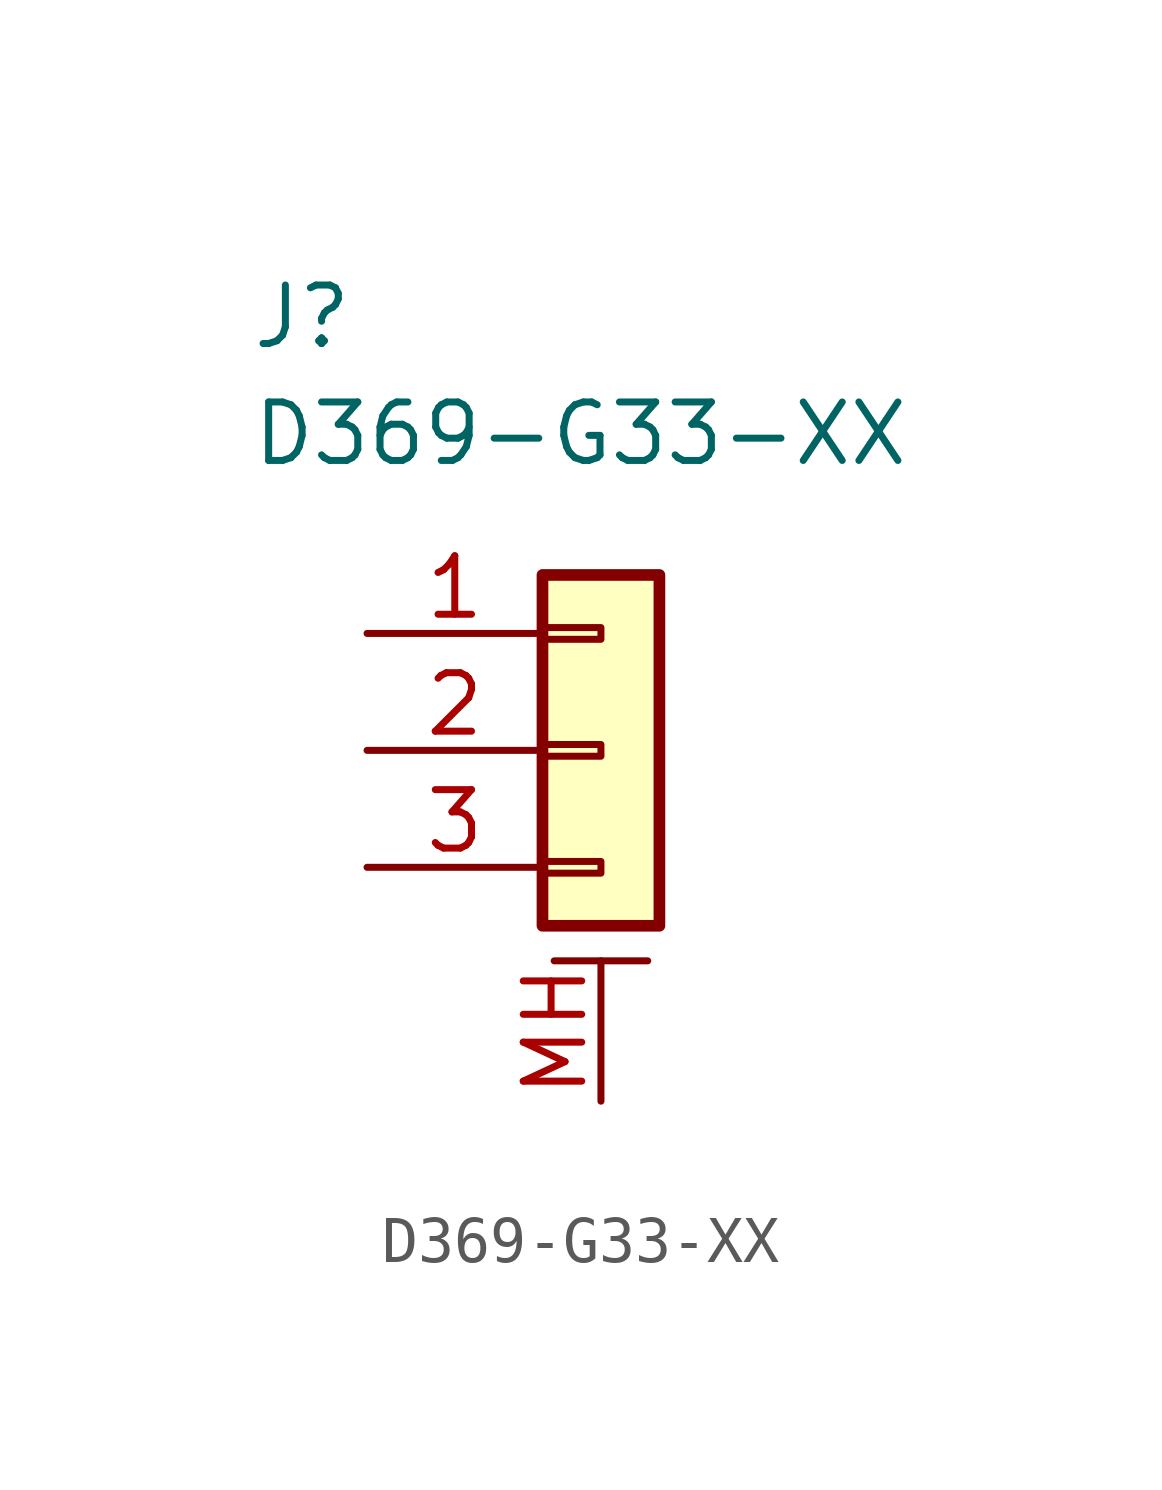
<source format=kicad_sym>
(kicad_symbol_lib
  (version 20220914)
  (generator kicad_symbol_editor)
  (symbol "D369-G33-XX"
    (pin_names hide)
    (property "Reference" "J"
      (at -7.62 10.16 0)
      (effects (font (size 1.27 1.27)) (justify left top)))
    (property "Value" "D369-G33-XX"
      (at -7.62 7.62 0)
      (effects (font (size 1.27 1.27)) (justify left top)))
    (symbol "D369-G33-XX_1_1"
      (rectangle (start -1.27 -2.413) (end 0 -2.667) (stroke (width 0.152) (type default)) (fill (type none)))
      (rectangle (start -1.27 0.127) (end 0 -0.127) (stroke (width 0.152) (type default)) (fill (type none)))
      (rectangle (start -1.27 2.667) (end 0 2.413) (stroke (width 0.152) (type default)) (fill (type none)))
      (rectangle (start -1.27 3.81) (end 1.27 -3.81) (stroke (width 0.254) (type default)) (fill (type background)))
      (polyline (pts (xy -1.016 -4.572) (xy 1.016 -4.572)) (stroke (width 0.152) (type default)) (fill (type none)))
      (pin passive line (at -5.08 2.54 0) (length 3.81) (name "Pin_1" (effects (font (size 1.27 1.27)))) (number "1" (effects (font (size 1.27 1.27)))))
      (pin passive line (at -5.08 0 0) (length 3.81) (name "Pin_2" (effects (font (size 1.27 1.27)))) (number "2" (effects (font (size 1.27 1.27)))))
      (pin passive line (at -5.08 -2.54 0) (length 3.81) (name "Pin_3" (effects (font (size 1.27 1.27)))) (number "3" (effects (font (size 1.27 1.27)))))
      (pin passive line (at 0 -7.62 90) (length 3.048) (name "MountPin" (effects (font (size 1.27 1.27)))) (number "MH" (effects (font (size 1.27 1.27))))))))
</source>
